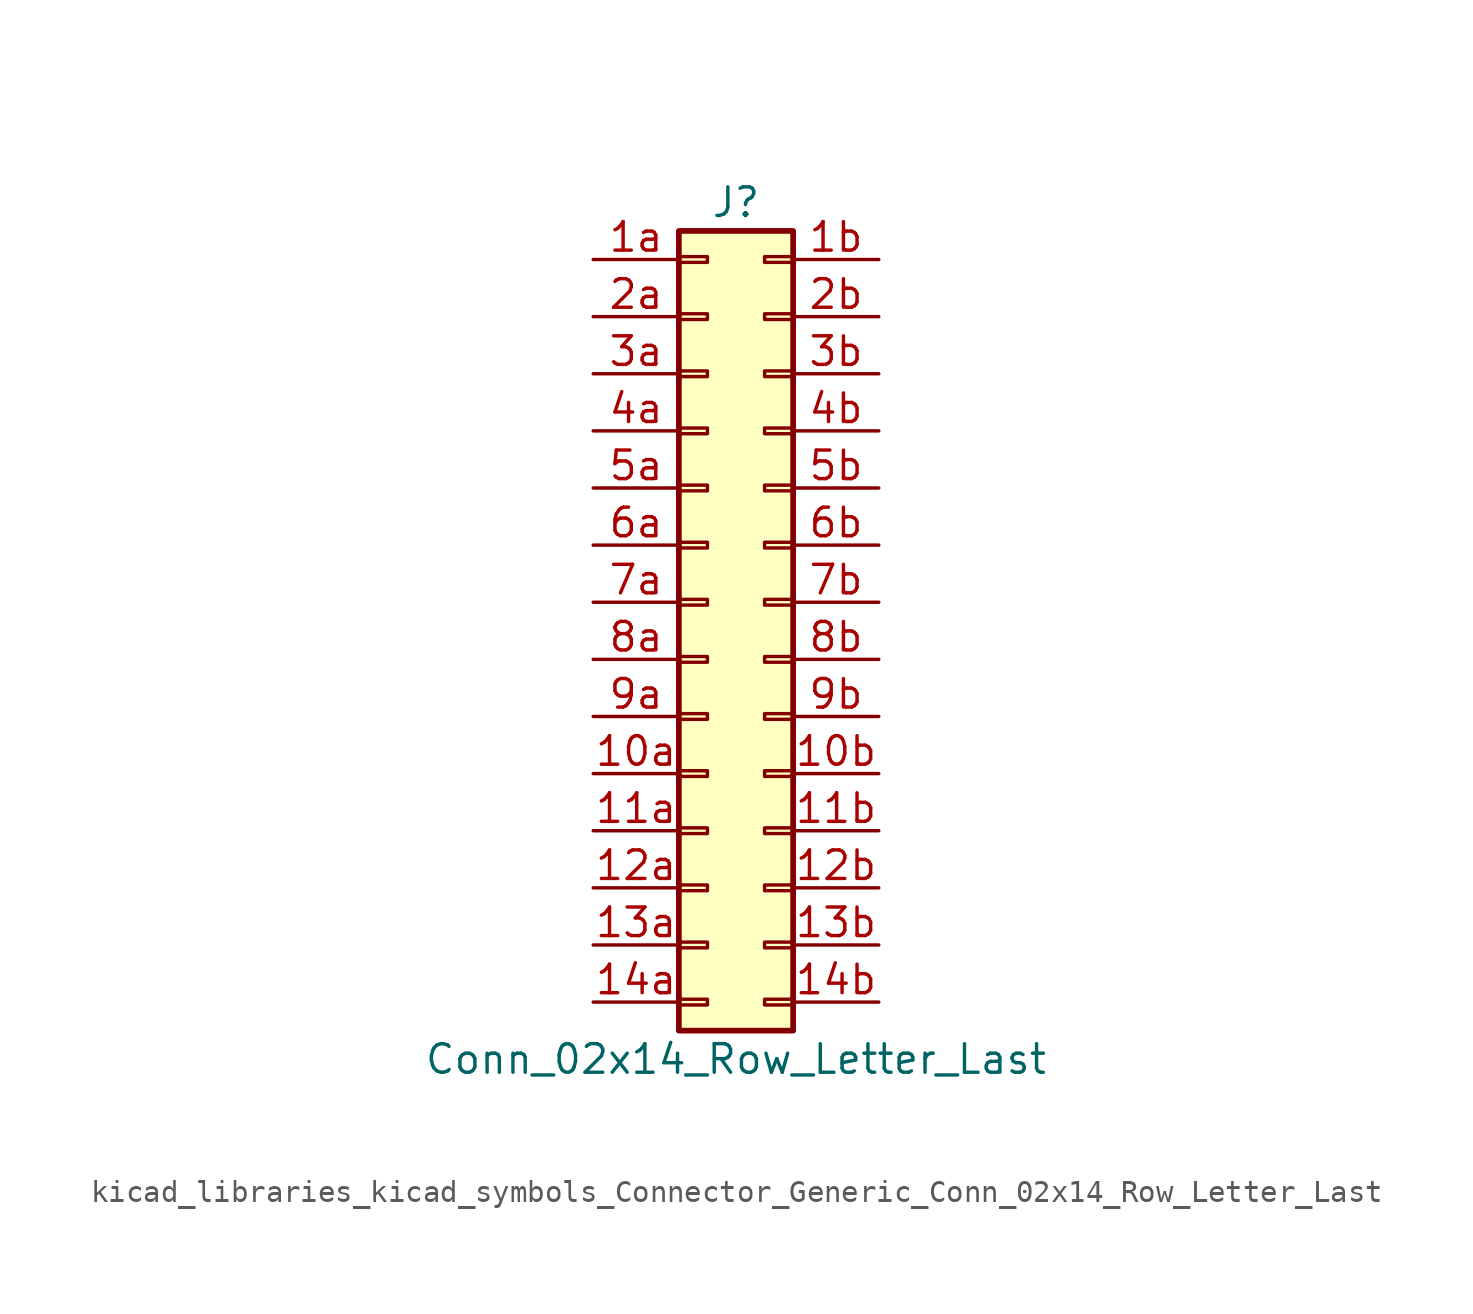
<source format=kicad_sym>
(kicad_symbol_lib
  (version 20220914)
  (generator kicad_symbol_editor)
  (symbol "kicad_libraries_kicad_symbols_Connector_Generic_Conn_02x14_Row_Letter_Last"
    (pin_names
      (offset 1.016) hide)
    (property "Reference" "J"
      (at 1.27 17.78 0)
      (effects (font (size 1.27 1.27))))
    (property "Value" "Conn_02x14_Row_Letter_Last"
      (at 1.27 -20.32 0)
      (effects (font (size 1.27 1.27))))
    (symbol "kicad_libraries_kicad_symbols_Connector_Generic_Conn_02x14_Row_Letter_Last_1_1"
      (rectangle (start -1.27 -17.653) (end 0 -17.907) (stroke (width 0.152) (type default)) (fill (type none)))
      (rectangle (start -1.27 -15.113) (end 0 -15.367) (stroke (width 0.152) (type default)) (fill (type none)))
      (rectangle (start -1.27 -12.573) (end 0 -12.827) (stroke (width 0.152) (type default)) (fill (type none)))
      (rectangle (start -1.27 -10.033) (end 0 -10.287) (stroke (width 0.152) (type default)) (fill (type none)))
      (rectangle (start -1.27 -7.493) (end 0 -7.747) (stroke (width 0.152) (type default)) (fill (type none)))
      (rectangle (start -1.27 -4.953) (end 0 -5.207) (stroke (width 0.152) (type default)) (fill (type none)))
      (rectangle (start -1.27 -2.413) (end 0 -2.667) (stroke (width 0.152) (type default)) (fill (type none)))
      (rectangle (start -1.27 0.127) (end 0 -0.127) (stroke (width 0.152) (type default)) (fill (type none)))
      (rectangle (start -1.27 2.667) (end 0 2.413) (stroke (width 0.152) (type default)) (fill (type none)))
      (rectangle (start -1.27 5.207) (end 0 4.953) (stroke (width 0.152) (type default)) (fill (type none)))
      (rectangle (start -1.27 7.747) (end 0 7.493) (stroke (width 0.152) (type default)) (fill (type none)))
      (rectangle (start -1.27 10.287) (end 0 10.033) (stroke (width 0.152) (type default)) (fill (type none)))
      (rectangle (start -1.27 12.827) (end 0 12.573) (stroke (width 0.152) (type default)) (fill (type none)))
      (rectangle (start -1.27 15.367) (end 0 15.113) (stroke (width 0.152) (type default)) (fill (type none)))
      (rectangle (start -1.27 16.51) (end 3.81 -19.05) (stroke (width 0.254) (type default)) (fill (type background)))
      (rectangle (start 3.81 -17.653) (end 2.54 -17.907) (stroke (width 0.152) (type default)) (fill (type none)))
      (rectangle (start 3.81 -15.113) (end 2.54 -15.367) (stroke (width 0.152) (type default)) (fill (type none)))
      (rectangle (start 3.81 -12.573) (end 2.54 -12.827) (stroke (width 0.152) (type default)) (fill (type none)))
      (rectangle (start 3.81 -10.033) (end 2.54 -10.287) (stroke (width 0.152) (type default)) (fill (type none)))
      (rectangle (start 3.81 -7.493) (end 2.54 -7.747) (stroke (width 0.152) (type default)) (fill (type none)))
      (rectangle (start 3.81 -4.953) (end 2.54 -5.207) (stroke (width 0.152) (type default)) (fill (type none)))
      (rectangle (start 3.81 -2.413) (end 2.54 -2.667) (stroke (width 0.152) (type default)) (fill (type none)))
      (rectangle (start 3.81 0.127) (end 2.54 -0.127) (stroke (width 0.152) (type default)) (fill (type none)))
      (rectangle (start 3.81 2.667) (end 2.54 2.413) (stroke (width 0.152) (type default)) (fill (type none)))
      (rectangle (start 3.81 5.207) (end 2.54 4.953) (stroke (width 0.152) (type default)) (fill (type none)))
      (rectangle (start 3.81 7.747) (end 2.54 7.493) (stroke (width 0.152) (type default)) (fill (type none)))
      (rectangle (start 3.81 10.287) (end 2.54 10.033) (stroke (width 0.152) (type default)) (fill (type none)))
      (rectangle (start 3.81 12.827) (end 2.54 12.573) (stroke (width 0.152) (type default)) (fill (type none)))
      (rectangle (start 3.81 15.367) (end 2.54 15.113) (stroke (width 0.152) (type default)) (fill (type none)))
      (pin passive line (at -5.08 -7.62 0) (length 3.81) (name "Pin_10a" (effects (font (size 1.27 1.27)))) (number "10a" (effects (font (size 1.27 1.27)))))
      (pin passive line (at 7.62 -7.62 180) (length 3.81) (name "Pin_10b" (effects (font (size 1.27 1.27)))) (number "10b" (effects (font (size 1.27 1.27)))))
      (pin passive line (at -5.08 -10.16 0) (length 3.81) (name "Pin_11a" (effects (font (size 1.27 1.27)))) (number "11a" (effects (font (size 1.27 1.27)))))
      (pin passive line (at 7.62 -10.16 180) (length 3.81) (name "Pin_11b" (effects (font (size 1.27 1.27)))) (number "11b" (effects (font (size 1.27 1.27)))))
      (pin passive line (at -5.08 -12.7 0) (length 3.81) (name "Pin_12a" (effects (font (size 1.27 1.27)))) (number "12a" (effects (font (size 1.27 1.27)))))
      (pin passive line (at 7.62 -12.7 180) (length 3.81) (name "Pin_12b" (effects (font (size 1.27 1.27)))) (number "12b" (effects (font (size 1.27 1.27)))))
      (pin passive line (at -5.08 -15.24 0) (length 3.81) (name "Pin_13a" (effects (font (size 1.27 1.27)))) (number "13a" (effects (font (size 1.27 1.27)))))
      (pin passive line (at 7.62 -15.24 180) (length 3.81) (name "Pin_13b" (effects (font (size 1.27 1.27)))) (number "13b" (effects (font (size 1.27 1.27)))))
      (pin passive line (at -5.08 -17.78 0) (length 3.81) (name "Pin_14a" (effects (font (size 1.27 1.27)))) (number "14a" (effects (font (size 1.27 1.27)))))
      (pin passive line (at 7.62 -17.78 180) (length 3.81) (name "Pin_14b" (effects (font (size 1.27 1.27)))) (number "14b" (effects (font (size 1.27 1.27)))))
      (pin passive line (at -5.08 15.24 0) (length 3.81) (name "Pin_1a" (effects (font (size 1.27 1.27)))) (number "1a" (effects (font (size 1.27 1.27)))))
      (pin passive line (at 7.62 15.24 180) (length 3.81) (name "Pin_1b" (effects (font (size 1.27 1.27)))) (number "1b" (effects (font (size 1.27 1.27)))))
      (pin passive line (at -5.08 12.7 0) (length 3.81) (name "Pin_2a" (effects (font (size 1.27 1.27)))) (number "2a" (effects (font (size 1.27 1.27)))))
      (pin passive line (at 7.62 12.7 180) (length 3.81) (name "Pin_2b" (effects (font (size 1.27 1.27)))) (number "2b" (effects (font (size 1.27 1.27)))))
      (pin passive line (at -5.08 10.16 0) (length 3.81) (name "Pin_3a" (effects (font (size 1.27 1.27)))) (number "3a" (effects (font (size 1.27 1.27)))))
      (pin passive line (at 7.62 10.16 180) (length 3.81) (name "Pin_3b" (effects (font (size 1.27 1.27)))) (number "3b" (effects (font (size 1.27 1.27)))))
      (pin passive line (at -5.08 7.62 0) (length 3.81) (name "Pin_4a" (effects (font (size 1.27 1.27)))) (number "4a" (effects (font (size 1.27 1.27)))))
      (pin passive line (at 7.62 7.62 180) (length 3.81) (name "Pin_4b" (effects (font (size 1.27 1.27)))) (number "4b" (effects (font (size 1.27 1.27)))))
      (pin passive line (at -5.08 5.08 0) (length 3.81) (name "Pin_5a" (effects (font (size 1.27 1.27)))) (number "5a" (effects (font (size 1.27 1.27)))))
      (pin passive line (at 7.62 5.08 180) (length 3.81) (name "Pin_5b" (effects (font (size 1.27 1.27)))) (number "5b" (effects (font (size 1.27 1.27)))))
      (pin passive line (at -5.08 2.54 0) (length 3.81) (name "Pin_6a" (effects (font (size 1.27 1.27)))) (number "6a" (effects (font (size 1.27 1.27)))))
      (pin passive line (at 7.62 2.54 180) (length 3.81) (name "Pin_6b" (effects (font (size 1.27 1.27)))) (number "6b" (effects (font (size 1.27 1.27)))))
      (pin passive line (at -5.08 0 0) (length 3.81) (name "Pin_7a" (effects (font (size 1.27 1.27)))) (number "7a" (effects (font (size 1.27 1.27)))))
      (pin passive line (at 7.62 0 180) (length 3.81) (name "Pin_7b" (effects (font (size 1.27 1.27)))) (number "7b" (effects (font (size 1.27 1.27)))))
      (pin passive line (at -5.08 -2.54 0) (length 3.81) (name "Pin_8a" (effects (font (size 1.27 1.27)))) (number "8a" (effects (font (size 1.27 1.27)))))
      (pin passive line (at 7.62 -2.54 180) (length 3.81) (name "Pin_8b" (effects (font (size 1.27 1.27)))) (number "8b" (effects (font (size 1.27 1.27)))))
      (pin passive line (at -5.08 -5.08 0) (length 3.81) (name "Pin_9a" (effects (font (size 1.27 1.27)))) (number "9a" (effects (font (size 1.27 1.27)))))
      (pin passive line (at 7.62 -5.08 180) (length 3.81) (name "Pin_9b" (effects (font (size 1.27 1.27)))) (number "9b" (effects (font (size 1.27 1.27))))))))
</source>
